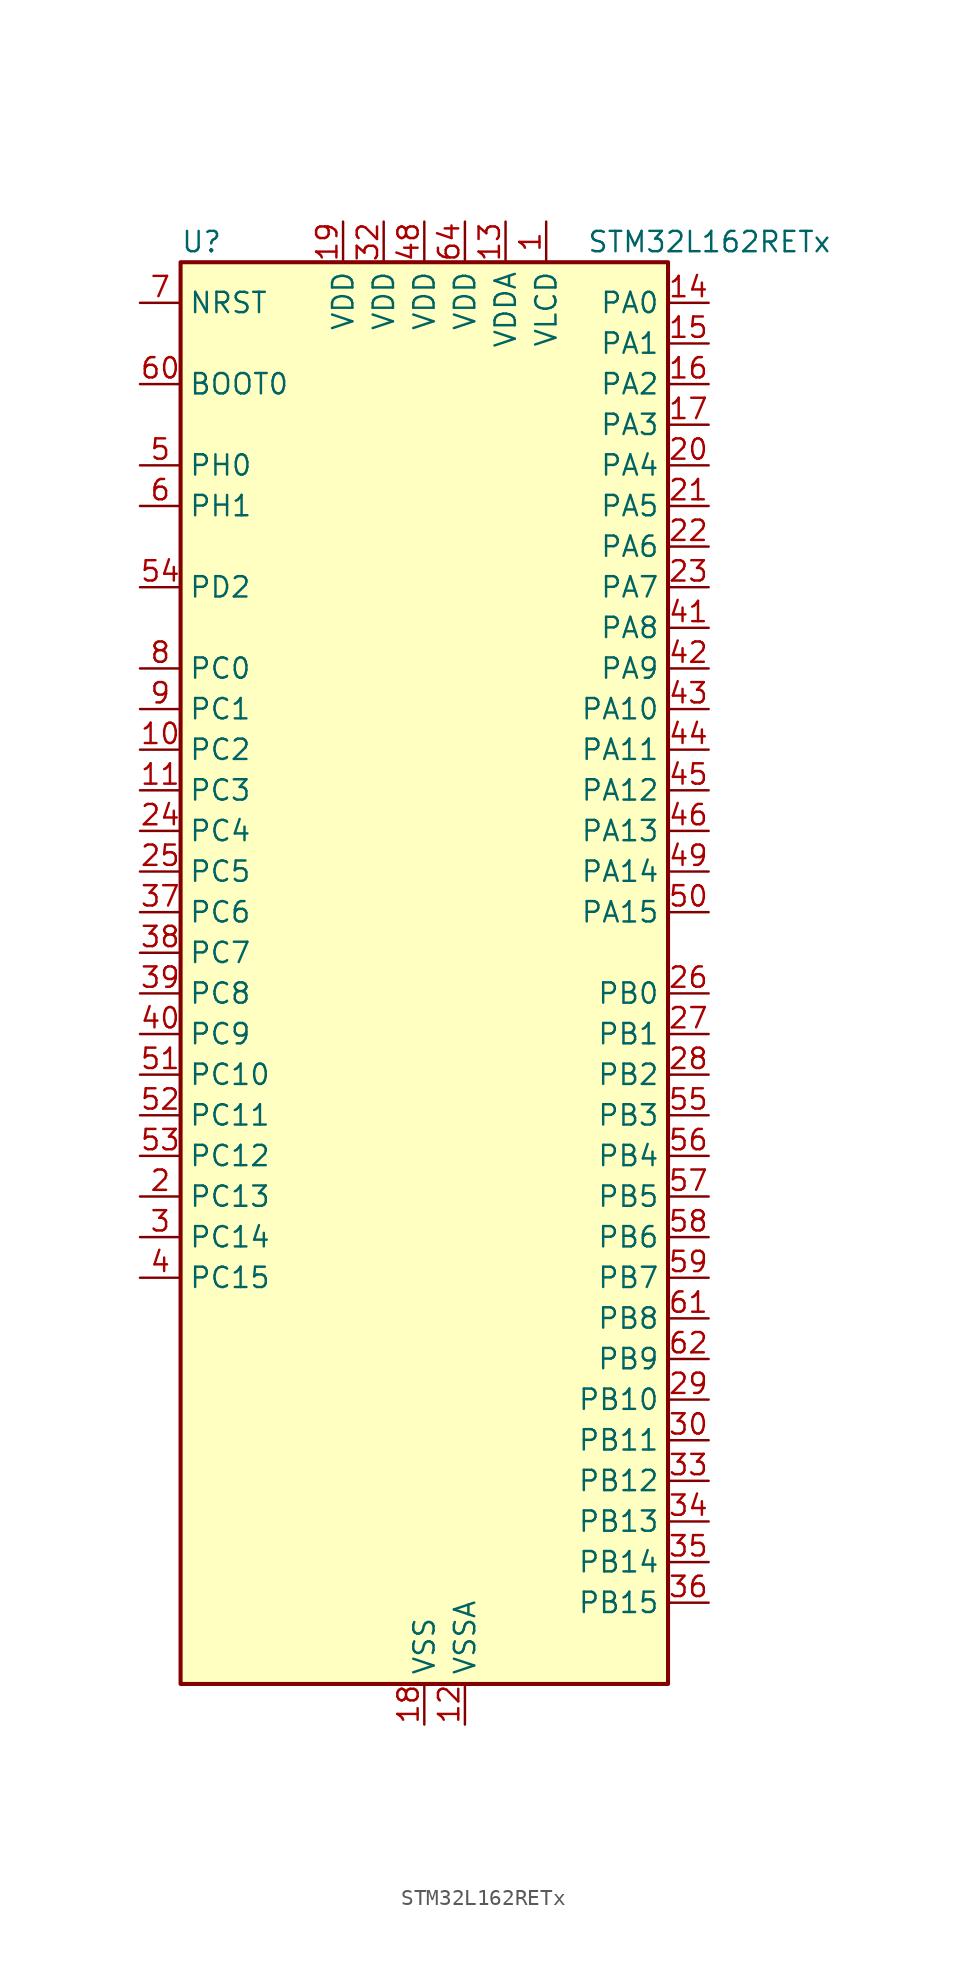
<source format=kicad_sym>
(kicad_symbol_lib
  (version 20231120)
  (generator "kicad-library-utils")
  (generator_version "8.0")
  (symbol "STM32L162RETx"
    (property "Reference" "U"
      (at -15.24 46.99 0)
      (effects (font (size 1.27 1.27)) (justify left)))
    (property "Value" "STM32L162RETx"
      (at 10.16 46.99 0)
      (effects (font (size 1.27 1.27)) (justify left)))
    (symbol "STM32L162RETx_0_1"
      (rectangle (start -15.24 -43.18) (end 15.24 45.72) (stroke (width 0.254) (type default)) (fill (type background))))
    (symbol "STM32L162RETx_1_1"
      (pin power_in line (at 7.62 48.26 270) (length 2.54) (name "VLCD" (effects (font (size 1.27 1.27)))) (number "1" (effects (font (size 1.27 1.27)))))
      (pin bidirectional line (at -17.78 15.24 0) (length 2.54) (name "PC2" (effects (font (size 1.27 1.27)))) (number "10" (effects (font (size 1.27 1.27)))) (alternate "ADC_IN12" bidirectional line) (alternate "COMP1_INP" bidirectional line) (alternate "LCD_SEG20" bidirectional line) (alternate "TIMX_IC3" bidirectional line) (alternate "TS_G8_IO3" bidirectional line))
      (pin bidirectional line (at -17.78 12.7 0) (length 2.54) (name "PC3" (effects (font (size 1.27 1.27)))) (number "11" (effects (font (size 1.27 1.27)))) (alternate "ADC_IN13" bidirectional line) (alternate "COMP1_INP" bidirectional line) (alternate "LCD_SEG21" bidirectional line) (alternate "TIMX_IC4" bidirectional line) (alternate "TS_G8_IO4" bidirectional line))
      (pin power_in line (at 2.54 -45.72 90) (length 2.54) (name "VSSA" (effects (font (size 1.27 1.27)))) (number "12" (effects (font (size 1.27 1.27)))))
      (pin power_in line (at 5.08 48.26 270) (length 2.54) (name "VDDA" (effects (font (size 1.27 1.27)))) (number "13" (effects (font (size 1.27 1.27)))))
      (pin bidirectional line (at 17.78 43.18 180) (length 2.54) (name "PA0" (effects (font (size 1.27 1.27)))) (number "14" (effects (font (size 1.27 1.27)))) (alternate "ADC_IN0" bidirectional line) (alternate "COMP1_INP" bidirectional line) (alternate "RTC_TAMP2" bidirectional line) (alternate "SYS_WKUP1" bidirectional line) (alternate "TIM2_CH1" bidirectional line) (alternate "TIM2_ETR" bidirectional line) (alternate "TIM5_CH1" bidirectional line) (alternate "TIMX_IC1" bidirectional line) (alternate "TS_G1_IO1" bidirectional line) (alternate "USART2_CTS" bidirectional line))
      (pin bidirectional line (at 17.78 40.64 180) (length 2.54) (name "PA1" (effects (font (size 1.27 1.27)))) (number "15" (effects (font (size 1.27 1.27)))) (alternate "ADC_IN1" bidirectional line) (alternate "COMP1_INP" bidirectional line) (alternate "LCD_SEG0" bidirectional line) (alternate "OPAMP1_VINP" bidirectional line) (alternate "TIM2_CH2" bidirectional line) (alternate "TIM5_CH2" bidirectional line) (alternate "TIMX_IC2" bidirectional line) (alternate "TS_G1_IO2" bidirectional line) (alternate "USART2_RTS" bidirectional line))
      (pin bidirectional line (at 17.78 38.1 180) (length 2.54) (name "PA2" (effects (font (size 1.27 1.27)))) (number "16" (effects (font (size 1.27 1.27)))) (alternate "ADC_IN2" bidirectional line) (alternate "COMP1_INP" bidirectional line) (alternate "LCD_SEG1" bidirectional line) (alternate "OPAMP1_VINM" bidirectional line) (alternate "TIM2_CH3" bidirectional line) (alternate "TIM5_CH3" bidirectional line) (alternate "TIM9_CH1" bidirectional line) (alternate "TIMX_IC3" bidirectional line) (alternate "TS_G1_IO3" bidirectional line) (alternate "USART2_TX" bidirectional line))
      (pin bidirectional line (at 17.78 35.56 180) (length 2.54) (name "PA3" (effects (font (size 1.27 1.27)))) (number "17" (effects (font (size 1.27 1.27)))) (alternate "ADC_IN3" bidirectional line) (alternate "COMP1_INP" bidirectional line) (alternate "LCD_SEG2" bidirectional line) (alternate "OPAMP1_VOUT" bidirectional line) (alternate "TIM2_CH4" bidirectional line) (alternate "TIM5_CH4" bidirectional line) (alternate "TIM9_CH2" bidirectional line) (alternate "TIMX_IC4" bidirectional line) (alternate "TS_G1_IO4" bidirectional line) (alternate "USART2_RX" bidirectional line))
      (pin power_in line (at 0 -45.72 90) (length 2.54) (name "VSS" (effects (font (size 1.27 1.27)))) (number "18" (effects (font (size 1.27 1.27)))))
      (pin power_in line (at -5.08 48.26 270) (length 2.54) (name "VDD" (effects (font (size 1.27 1.27)))) (number "19" (effects (font (size 1.27 1.27)))))
      (pin bidirectional line (at -17.78 -12.7 0) (length 2.54) (name "PC13" (effects (font (size 1.27 1.27)))) (number "2" (effects (font (size 1.27 1.27)))) (alternate "RTC_OUT_ALARM" bidirectional line) (alternate "RTC_OUT_CALIB" bidirectional line) (alternate "RTC_TAMP1" bidirectional line) (alternate "RTC_TS" bidirectional line) (alternate "SYS_WKUP2" bidirectional line) (alternate "TIMX_IC2" bidirectional line))
      (pin bidirectional line (at 17.78 33.02 180) (length 2.54) (name "PA4" (effects (font (size 1.27 1.27)))) (number "20" (effects (font (size 1.27 1.27)))) (alternate "ADC_IN4" bidirectional line) (alternate "COMP1_INP" bidirectional line) (alternate "DAC_OUT1" bidirectional line) (alternate "I2S3_WS" bidirectional line) (alternate "SPI1_NSS" bidirectional line) (alternate "SPI3_NSS" bidirectional line) (alternate "TIMX_IC1" bidirectional line) (alternate "USART2_CK" bidirectional line))
      (pin bidirectional line (at 17.78 30.48 180) (length 2.54) (name "PA5" (effects (font (size 1.27 1.27)))) (number "21" (effects (font (size 1.27 1.27)))) (alternate "ADC_IN5" bidirectional line) (alternate "COMP1_INP" bidirectional line) (alternate "DAC_OUT2" bidirectional line) (alternate "SPI1_SCK" bidirectional line) (alternate "TIM2_CH1" bidirectional line) (alternate "TIM2_ETR" bidirectional line) (alternate "TIMX_IC2" bidirectional line))
      (pin bidirectional line (at 17.78 27.94 180) (length 2.54) (name "PA6" (effects (font (size 1.27 1.27)))) (number "22" (effects (font (size 1.27 1.27)))) (alternate "ADC_IN6" bidirectional line) (alternate "COMP1_INP" bidirectional line) (alternate "LCD_SEG3" bidirectional line) (alternate "OPAMP2_VINP" bidirectional line) (alternate "SPI1_MISO" bidirectional line) (alternate "TIM10_CH1" bidirectional line) (alternate "TIM3_CH1" bidirectional line) (alternate "TIMX_IC3" bidirectional line) (alternate "TS_G2_IO1" bidirectional line))
      (pin bidirectional line (at 17.78 25.4 180) (length 2.54) (name "PA7" (effects (font (size 1.27 1.27)))) (number "23" (effects (font (size 1.27 1.27)))) (alternate "ADC_IN7" bidirectional line) (alternate "COMP1_INP" bidirectional line) (alternate "LCD_SEG4" bidirectional line) (alternate "OPAMP2_VINM" bidirectional line) (alternate "SPI1_MOSI" bidirectional line) (alternate "TIM11_CH1" bidirectional line) (alternate "TIM3_CH2" bidirectional line) (alternate "TIMX_IC4" bidirectional line) (alternate "TS_G2_IO2" bidirectional line))
      (pin bidirectional line (at -17.78 10.16 0) (length 2.54) (name "PC4" (effects (font (size 1.27 1.27)))) (number "24" (effects (font (size 1.27 1.27)))) (alternate "ADC_IN14" bidirectional line) (alternate "COMP1_INP" bidirectional line) (alternate "LCD_SEG22" bidirectional line) (alternate "TIMX_IC1" bidirectional line) (alternate "TS_G9_IO1" bidirectional line))
      (pin bidirectional line (at -17.78 7.62 0) (length 2.54) (name "PC5" (effects (font (size 1.27 1.27)))) (number "25" (effects (font (size 1.27 1.27)))) (alternate "ADC_IN15" bidirectional line) (alternate "COMP1_INP" bidirectional line) (alternate "LCD_SEG23" bidirectional line) (alternate "TIMX_IC2" bidirectional line) (alternate "TS_G9_IO2" bidirectional line))
      (pin bidirectional line (at 17.78 0 180) (length 2.54) (name "PB0" (effects (font (size 1.27 1.27)))) (number "26" (effects (font (size 1.27 1.27)))) (alternate "ADC_IN8" bidirectional line) (alternate "COMP1_INP" bidirectional line) (alternate "LCD_SEG5" bidirectional line) (alternate "OPAMP2_VOUT" bidirectional line) (alternate "SYS_V_REF_OUT" bidirectional line) (alternate "TIM3_CH3" bidirectional line) (alternate "TS_G3_IO1" bidirectional line))
      (pin bidirectional line (at 17.78 -2.54 180) (length 2.54) (name "PB1" (effects (font (size 1.27 1.27)))) (number "27" (effects (font (size 1.27 1.27)))) (alternate "ADC_IN9" bidirectional line) (alternate "COMP1_INP" bidirectional line) (alternate "LCD_SEG6" bidirectional line) (alternate "SYS_V_REF_OUT" bidirectional line) (alternate "TIM3_CH4" bidirectional line) (alternate "TS_G3_IO2" bidirectional line))
      (pin bidirectional line (at 17.78 -5.08 180) (length 2.54) (name "PB2" (effects (font (size 1.27 1.27)))) (number "28" (effects (font (size 1.27 1.27)))) (alternate "ADC_IN0b" bidirectional line) (alternate "TS_G3_IO3" bidirectional line))
      (pin bidirectional line (at 17.78 -25.4 180) (length 2.54) (name "PB10" (effects (font (size 1.27 1.27)))) (number "29" (effects (font (size 1.27 1.27)))) (alternate "I2C2_SCL" bidirectional line) (alternate "LCD_SEG10" bidirectional line) (alternate "TIM2_CH3" bidirectional line) (alternate "USART3_TX" bidirectional line))
      (pin bidirectional line (at -17.78 -15.24 0) (length 2.54) (name "PC14" (effects (font (size 1.27 1.27)))) (number "3" (effects (font (size 1.27 1.27)))) (alternate "RCC_OSC32_IN" bidirectional line) (alternate "TIMX_IC3" bidirectional line))
      (pin bidirectional line (at 17.78 -27.94 180) (length 2.54) (name "PB11" (effects (font (size 1.27 1.27)))) (number "30" (effects (font (size 1.27 1.27)))) (alternate "ADC_EXTI11" bidirectional line) (alternate "I2C2_SDA" bidirectional line) (alternate "LCD_SEG11" bidirectional line) (alternate "TIM2_CH4" bidirectional line) (alternate "USART3_RX" bidirectional line))
      (pin passive line (at 0 -45.72 90) (length 2.54) hide (name "VSS" (effects (font (size 1.27 1.27)))) (number "31" (effects (font (size 1.27 1.27)))))
      (pin power_in line (at -2.54 48.26 270) (length 2.54) (name "VDD" (effects (font (size 1.27 1.27)))) (number "32" (effects (font (size 1.27 1.27)))))
      (pin bidirectional line (at 17.78 -30.48 180) (length 2.54) (name "PB12" (effects (font (size 1.27 1.27)))) (number "33" (effects (font (size 1.27 1.27)))) (alternate "ADC_IN18" bidirectional line) (alternate "COMP1_INP" bidirectional line) (alternate "I2C2_SMBA" bidirectional line) (alternate "I2S2_WS" bidirectional line) (alternate "LCD_SEG12" bidirectional line) (alternate "SPI2_NSS" bidirectional line) (alternate "TIM10_CH1" bidirectional line) (alternate "TS_G7_IO1" bidirectional line) (alternate "USART3_CK" bidirectional line))
      (pin bidirectional line (at 17.78 -33.02 180) (length 2.54) (name "PB13" (effects (font (size 1.27 1.27)))) (number "34" (effects (font (size 1.27 1.27)))) (alternate "ADC_IN19" bidirectional line) (alternate "COMP1_INP" bidirectional line) (alternate "I2S2_CK" bidirectional line) (alternate "LCD_SEG13" bidirectional line) (alternate "SPI2_SCK" bidirectional line) (alternate "TIM9_CH1" bidirectional line) (alternate "TS_G7_IO2" bidirectional line) (alternate "USART3_CTS" bidirectional line))
      (pin bidirectional line (at 17.78 -35.56 180) (length 2.54) (name "PB14" (effects (font (size 1.27 1.27)))) (number "35" (effects (font (size 1.27 1.27)))) (alternate "ADC_IN20" bidirectional line) (alternate "COMP1_INP" bidirectional line) (alternate "LCD_SEG14" bidirectional line) (alternate "SPI2_MISO" bidirectional line) (alternate "TIM9_CH2" bidirectional line) (alternate "TS_G7_IO3" bidirectional line) (alternate "USART3_RTS" bidirectional line))
      (pin bidirectional line (at 17.78 -38.1 180) (length 2.54) (name "PB15" (effects (font (size 1.27 1.27)))) (number "36" (effects (font (size 1.27 1.27)))) (alternate "ADC_EXTI15" bidirectional line) (alternate "ADC_IN21" bidirectional line) (alternate "COMP1_INP" bidirectional line) (alternate "I2S2_SD" bidirectional line) (alternate "LCD_SEG15" bidirectional line) (alternate "RTC_REFIN" bidirectional line) (alternate "SPI2_MOSI" bidirectional line) (alternate "TIM11_CH1" bidirectional line) (alternate "TS_G7_IO4" bidirectional line))
      (pin bidirectional line (at -17.78 5.08 0) (length 2.54) (name "PC6" (effects (font (size 1.27 1.27)))) (number "37" (effects (font (size 1.27 1.27)))) (alternate "I2S2_MCK" bidirectional line) (alternate "LCD_SEG24" bidirectional line) (alternate "TIM3_CH1" bidirectional line) (alternate "TIMX_IC3" bidirectional line) (alternate "TS_G10_IO1" bidirectional line))
      (pin bidirectional line (at -17.78 2.54 0) (length 2.54) (name "PC7" (effects (font (size 1.27 1.27)))) (number "38" (effects (font (size 1.27 1.27)))) (alternate "I2S3_MCK" bidirectional line) (alternate "LCD_SEG25" bidirectional line) (alternate "TIM3_CH2" bidirectional line) (alternate "TIMX_IC4" bidirectional line) (alternate "TS_G10_IO2" bidirectional line))
      (pin bidirectional line (at -17.78 0 0) (length 2.54) (name "PC8" (effects (font (size 1.27 1.27)))) (number "39" (effects (font (size 1.27 1.27)))) (alternate "LCD_SEG26" bidirectional line) (alternate "TIM3_CH3" bidirectional line) (alternate "TIMX_IC1" bidirectional line) (alternate "TS_G10_IO3" bidirectional line))
      (pin bidirectional line (at -17.78 -17.78 0) (length 2.54) (name "PC15" (effects (font (size 1.27 1.27)))) (number "4" (effects (font (size 1.27 1.27)))) (alternate "ADC_EXTI15" bidirectional line) (alternate "RCC_OSC32_OUT" bidirectional line) (alternate "TIMX_IC4" bidirectional line))
      (pin bidirectional line (at -17.78 -2.54 0) (length 2.54) (name "PC9" (effects (font (size 1.27 1.27)))) (number "40" (effects (font (size 1.27 1.27)))) (alternate "DAC_EXTI9" bidirectional line) (alternate "LCD_SEG27" bidirectional line) (alternate "TIM3_CH4" bidirectional line) (alternate "TIMX_IC2" bidirectional line) (alternate "TS_G10_IO4" bidirectional line))
      (pin bidirectional line (at 17.78 22.86 180) (length 2.54) (name "PA8" (effects (font (size 1.27 1.27)))) (number "41" (effects (font (size 1.27 1.27)))) (alternate "LCD_COM0" bidirectional line) (alternate "RCC_MCO" bidirectional line) (alternate "TIMX_IC1" bidirectional line) (alternate "TS_G4_IO1" bidirectional line) (alternate "USART1_CK" bidirectional line))
      (pin bidirectional line (at 17.78 20.32 180) (length 2.54) (name "PA9" (effects (font (size 1.27 1.27)))) (number "42" (effects (font (size 1.27 1.27)))) (alternate "DAC_EXTI9" bidirectional line) (alternate "LCD_COM1" bidirectional line) (alternate "TIMX_IC2" bidirectional line) (alternate "TS_G4_IO2" bidirectional line) (alternate "USART1_TX" bidirectional line))
      (pin bidirectional line (at 17.78 17.78 180) (length 2.54) (name "PA10" (effects (font (size 1.27 1.27)))) (number "43" (effects (font (size 1.27 1.27)))) (alternate "LCD_COM2" bidirectional line) (alternate "TIMX_IC3" bidirectional line) (alternate "TS_G4_IO3" bidirectional line) (alternate "USART1_RX" bidirectional line))
      (pin bidirectional line (at 17.78 15.24 180) (length 2.54) (name "PA11" (effects (font (size 1.27 1.27)))) (number "44" (effects (font (size 1.27 1.27)))) (alternate "ADC_EXTI11" bidirectional line) (alternate "SPI1_MISO" bidirectional line) (alternate "TIMX_IC4" bidirectional line) (alternate "USART1_CTS" bidirectional line) (alternate "USB_DM" bidirectional line))
      (pin bidirectional line (at 17.78 12.7 180) (length 2.54) (name "PA12" (effects (font (size 1.27 1.27)))) (number "45" (effects (font (size 1.27 1.27)))) (alternate "SPI1_MOSI" bidirectional line) (alternate "TIMX_IC1" bidirectional line) (alternate "USART1_RTS" bidirectional line) (alternate "USB_DP" bidirectional line))
      (pin bidirectional line (at 17.78 10.16 180) (length 2.54) (name "PA13" (effects (font (size 1.27 1.27)))) (number "46" (effects (font (size 1.27 1.27)))) (alternate "SYS_JTMS-SWDIO" bidirectional line) (alternate "TIMX_IC2" bidirectional line) (alternate "TS_G5_IO1" bidirectional line))
      (pin passive line (at 0 -45.72 90) (length 2.54) hide (name "VSS" (effects (font (size 1.27 1.27)))) (number "47" (effects (font (size 1.27 1.27)))))
      (pin power_in line (at 0 48.26 270) (length 2.54) (name "VDD" (effects (font (size 1.27 1.27)))) (number "48" (effects (font (size 1.27 1.27)))))
      (pin bidirectional line (at 17.78 7.62 180) (length 2.54) (name "PA14" (effects (font (size 1.27 1.27)))) (number "49" (effects (font (size 1.27 1.27)))) (alternate "SYS_JTCK-SWCLK" bidirectional line) (alternate "TIMX_IC3" bidirectional line) (alternate "TS_G5_IO2" bidirectional line))
      (pin bidirectional line (at -17.78 33.02 0) (length 2.54) (name "PH0" (effects (font (size 1.27 1.27)))) (number "5" (effects (font (size 1.27 1.27)))) (alternate "RCC_OSC_IN" bidirectional line))
      (pin bidirectional line (at 17.78 5.08 180) (length 2.54) (name "PA15" (effects (font (size 1.27 1.27)))) (number "50" (effects (font (size 1.27 1.27)))) (alternate "ADC_EXTI15" bidirectional line) (alternate "I2S3_WS" bidirectional line) (alternate "LCD_SEG17" bidirectional line) (alternate "SPI1_NSS" bidirectional line) (alternate "SPI3_NSS" bidirectional line) (alternate "SYS_JTDI" bidirectional line) (alternate "TIM2_CH1" bidirectional line) (alternate "TIM2_ETR" bidirectional line) (alternate "TIMX_IC4" bidirectional line) (alternate "TS_G5_IO3" bidirectional line))
      (pin bidirectional line (at -17.78 -5.08 0) (length 2.54) (name "PC10" (effects (font (size 1.27 1.27)))) (number "51" (effects (font (size 1.27 1.27)))) (alternate "I2S3_CK" bidirectional line) (alternate "LCD_COM4" bidirectional line) (alternate "LCD_SEG28" bidirectional line) (alternate "LCD_SEG40" bidirectional line) (alternate "SPI3_SCK" bidirectional line) (alternate "TIMX_IC3" bidirectional line) (alternate "UART4_TX" bidirectional line) (alternate "USART3_TX" bidirectional line))
      (pin bidirectional line (at -17.78 -7.62 0) (length 2.54) (name "PC11" (effects (font (size 1.27 1.27)))) (number "52" (effects (font (size 1.27 1.27)))) (alternate "ADC_EXTI11" bidirectional line) (alternate "LCD_COM5" bidirectional line) (alternate "LCD_SEG29" bidirectional line) (alternate "LCD_SEG41" bidirectional line) (alternate "SPI3_MISO" bidirectional line) (alternate "TIMX_IC4" bidirectional line) (alternate "UART4_RX" bidirectional line) (alternate "USART3_RX" bidirectional line))
      (pin bidirectional line (at -17.78 -10.16 0) (length 2.54) (name "PC12" (effects (font (size 1.27 1.27)))) (number "53" (effects (font (size 1.27 1.27)))) (alternate "I2S3_SD" bidirectional line) (alternate "LCD_COM6" bidirectional line) (alternate "LCD_SEG30" bidirectional line) (alternate "LCD_SEG42" bidirectional line) (alternate "SPI3_MOSI" bidirectional line) (alternate "TIMX_IC1" bidirectional line) (alternate "UART5_TX" bidirectional line) (alternate "USART3_CK" bidirectional line))
      (pin bidirectional line (at -17.78 25.4 0) (length 2.54) (name "PD2" (effects (font (size 1.27 1.27)))) (number "54" (effects (font (size 1.27 1.27)))) (alternate "LCD_COM7" bidirectional line) (alternate "LCD_SEG31" bidirectional line) (alternate "LCD_SEG43" bidirectional line) (alternate "TIM3_ETR" bidirectional line) (alternate "TIMX_IC3" bidirectional line) (alternate "UART5_RX" bidirectional line))
      (pin bidirectional line (at 17.78 -7.62 180) (length 2.54) (name "PB3" (effects (font (size 1.27 1.27)))) (number "55" (effects (font (size 1.27 1.27)))) (alternate "COMP2_INM" bidirectional line) (alternate "I2S3_CK" bidirectional line) (alternate "LCD_SEG7" bidirectional line) (alternate "SPI1_SCK" bidirectional line) (alternate "SPI3_SCK" bidirectional line) (alternate "SYS_JTDO-TRACESWO" bidirectional line) (alternate "TIM2_CH2" bidirectional line))
      (pin bidirectional line (at 17.78 -10.16 180) (length 2.54) (name "PB4" (effects (font (size 1.27 1.27)))) (number "56" (effects (font (size 1.27 1.27)))) (alternate "COMP2_INP" bidirectional line) (alternate "LCD_SEG8" bidirectional line) (alternate "SPI1_MISO" bidirectional line) (alternate "SPI3_MISO" bidirectional line) (alternate "SYS_JTRST" bidirectional line) (alternate "TIM3_CH1" bidirectional line) (alternate "TS_G6_IO1" bidirectional line))
      (pin bidirectional line (at 17.78 -12.7 180) (length 2.54) (name "PB5" (effects (font (size 1.27 1.27)))) (number "57" (effects (font (size 1.27 1.27)))) (alternate "COMP2_INP" bidirectional line) (alternate "I2C1_SMBA" bidirectional line) (alternate "I2S3_SD" bidirectional line) (alternate "LCD_SEG9" bidirectional line) (alternate "SPI1_MOSI" bidirectional line) (alternate "SPI3_MOSI" bidirectional line) (alternate "TIM3_CH2" bidirectional line) (alternate "TS_G6_IO2" bidirectional line))
      (pin bidirectional line (at 17.78 -15.24 180) (length 2.54) (name "PB6" (effects (font (size 1.27 1.27)))) (number "58" (effects (font (size 1.27 1.27)))) (alternate "COMP2_INP" bidirectional line) (alternate "I2C1_SCL" bidirectional line) (alternate "TIM4_CH1" bidirectional line) (alternate "TS_G6_IO3" bidirectional line) (alternate "USART1_TX" bidirectional line))
      (pin bidirectional line (at 17.78 -17.78 180) (length 2.54) (name "PB7" (effects (font (size 1.27 1.27)))) (number "59" (effects (font (size 1.27 1.27)))) (alternate "COMP2_INP" bidirectional line) (alternate "I2C1_SDA" bidirectional line) (alternate "SYS_PVD_IN" bidirectional line) (alternate "TIM4_CH2" bidirectional line) (alternate "TS_G6_IO4" bidirectional line) (alternate "USART1_RX" bidirectional line))
      (pin bidirectional line (at -17.78 30.48 0) (length 2.54) (name "PH1" (effects (font (size 1.27 1.27)))) (number "6" (effects (font (size 1.27 1.27)))) (alternate "RCC_OSC_OUT" bidirectional line))
      (pin input line (at -17.78 38.1 0) (length 2.54) (name "BOOT0" (effects (font (size 1.27 1.27)))) (number "60" (effects (font (size 1.27 1.27)))))
      (pin bidirectional line (at 17.78 -20.32 180) (length 2.54) (name "PB8" (effects (font (size 1.27 1.27)))) (number "61" (effects (font (size 1.27 1.27)))) (alternate "I2C1_SCL" bidirectional line) (alternate "LCD_SEG16" bidirectional line) (alternate "TIM10_CH1" bidirectional line) (alternate "TIM4_CH3" bidirectional line))
      (pin bidirectional line (at 17.78 -22.86 180) (length 2.54) (name "PB9" (effects (font (size 1.27 1.27)))) (number "62" (effects (font (size 1.27 1.27)))) (alternate "DAC_EXTI9" bidirectional line) (alternate "I2C1_SDA" bidirectional line) (alternate "LCD_COM3" bidirectional line) (alternate "TIM11_CH1" bidirectional line) (alternate "TIM4_CH4" bidirectional line))
      (pin passive line (at 0 -45.72 90) (length 2.54) hide (name "VSS" (effects (font (size 1.27 1.27)))) (number "63" (effects (font (size 1.27 1.27)))))
      (pin power_in line (at 2.54 48.26 270) (length 2.54) (name "VDD" (effects (font (size 1.27 1.27)))) (number "64" (effects (font (size 1.27 1.27)))))
      (pin input line (at -17.78 43.18 0) (length 2.54) (name "NRST" (effects (font (size 1.27 1.27)))) (number "7" (effects (font (size 1.27 1.27)))))
      (pin bidirectional line (at -17.78 20.32 0) (length 2.54) (name "PC0" (effects (font (size 1.27 1.27)))) (number "8" (effects (font (size 1.27 1.27)))) (alternate "ADC_IN10" bidirectional line) (alternate "COMP1_INP" bidirectional line) (alternate "LCD_SEG18" bidirectional line) (alternate "TIMX_IC1" bidirectional line) (alternate "TS_G8_IO1" bidirectional line))
      (pin bidirectional line (at -17.78 17.78 0) (length 2.54) (name "PC1" (effects (font (size 1.27 1.27)))) (number "9" (effects (font (size 1.27 1.27)))) (alternate "ADC_IN11" bidirectional line) (alternate "COMP1_INP" bidirectional line) (alternate "LCD_SEG19" bidirectional line) (alternate "TIMX_IC2" bidirectional line) (alternate "TS_G8_IO2" bidirectional line)))))
</source>
